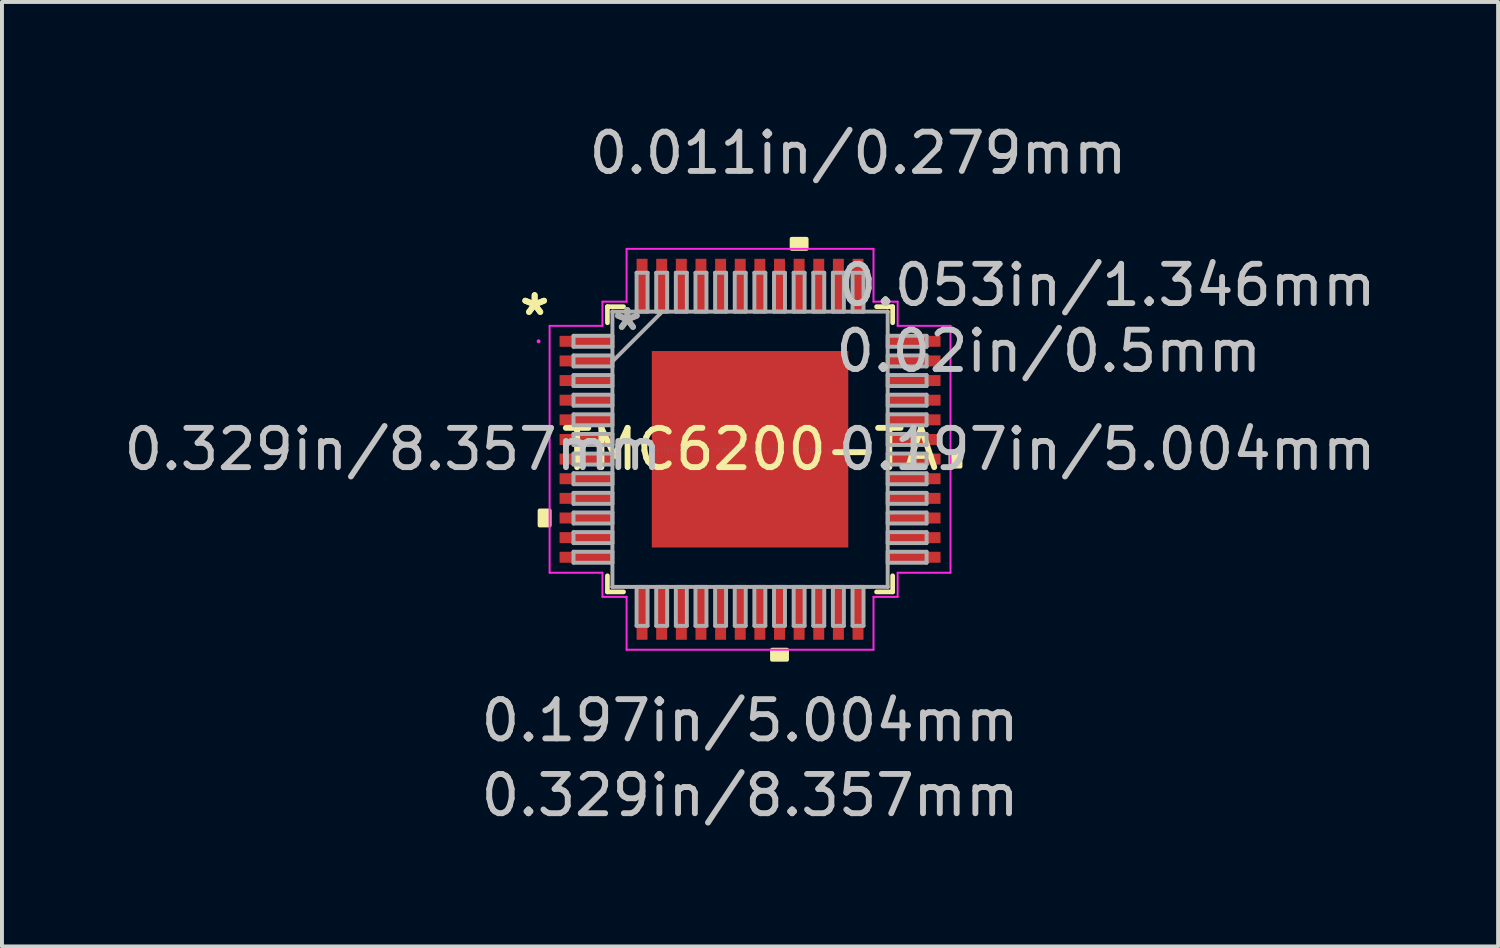
<source format=kicad_pcb>
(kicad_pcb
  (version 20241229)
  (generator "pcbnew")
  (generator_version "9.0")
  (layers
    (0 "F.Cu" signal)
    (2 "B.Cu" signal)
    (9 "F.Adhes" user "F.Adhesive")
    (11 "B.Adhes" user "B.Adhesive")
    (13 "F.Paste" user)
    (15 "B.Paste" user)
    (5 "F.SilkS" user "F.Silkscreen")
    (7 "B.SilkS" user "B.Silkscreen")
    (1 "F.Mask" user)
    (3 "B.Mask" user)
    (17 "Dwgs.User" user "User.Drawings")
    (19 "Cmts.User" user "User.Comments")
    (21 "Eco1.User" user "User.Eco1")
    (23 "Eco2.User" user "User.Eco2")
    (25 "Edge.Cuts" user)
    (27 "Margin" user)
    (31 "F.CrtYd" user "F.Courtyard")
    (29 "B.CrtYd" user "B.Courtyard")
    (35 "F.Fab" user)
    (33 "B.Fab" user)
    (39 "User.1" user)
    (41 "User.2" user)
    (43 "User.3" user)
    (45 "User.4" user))
  (footprint "TMC6200-TA"
    (layer "F.Cu")
    (at 16.052 8.392)
    (property "Reference" "TMC6200-TA" (at 0 0 0) (layer "F.SilkS") (effects (font (size 1 1) (thickness 0.15))))
    (attr through_hole)
    (fp_line (start -3.632 -3.632) (end -3.632 -3.222) (stroke (width 0.12) (type solid)) (layer "F.SilkS"))
    (fp_line (start -3.632 3.222) (end -3.632 3.632) (stroke (width 0.12) (type solid)) (layer "F.SilkS"))
    (fp_line (start -3.632 3.632) (end -3.222 3.632) (stroke (width 0.12) (type solid)) (layer "F.SilkS"))
    (fp_line (start -3.222 -3.632) (end -3.632 -3.632) (stroke (width 0.12) (type solid)) (layer "F.SilkS"))
    (fp_line (start 3.222 3.632) (end 3.632 3.632) (stroke (width 0.12) (type solid)) (layer "F.SilkS"))
    (fp_line (start 3.632 -3.632) (end 3.222 -3.632) (stroke (width 0.12) (type solid)) (layer "F.SilkS"))
    (fp_line (start 3.632 -3.222) (end 3.632 -3.632) (stroke (width 0.12) (type solid)) (layer "F.SilkS"))
    (fp_line (start 3.632 3.632) (end 3.632 3.222) (stroke (width 0.12) (type solid)) (layer "F.SilkS"))
    (fp_poly (pts (xy -5.359 1.559) (xy -5.359 1.94) (xy -5.105 1.94) (xy -5.105 1.559)) (stroke (width 0.1) (type solid)) (fill yes) (layer "F.SilkS"))
    (fp_poly (pts (xy 0.56 5.105) (xy 0.56 5.359) (xy 0.941 5.359) (xy 0.941 5.105)) (stroke (width 0.1) (type solid)) (fill yes) (layer "F.SilkS"))
    (fp_poly (pts (xy 1.06 -5.105) (xy 1.06 -5.359) (xy 1.44 -5.359) (xy 1.44 -5.105)) (stroke (width 0.1) (type solid)) (fill yes) (layer "F.SilkS"))
    (fp_poly (pts (xy 5.359 0.059) (xy 5.359 0.441) (xy 5.105 0.441) (xy 5.105 0.059)) (stroke (width 0.1) (type solid)) (fill yes) (layer "F.SilkS"))
    (fp_poly (pts (xy -2.402 -2.402) (xy -2.402 -0.934) (xy -0.934 -0.934) (xy -0.934 -2.402)) (stroke (width 0.1) (type solid)) (fill yes) (layer "F.Paste"))
    (fp_poly (pts (xy -2.402 -0.734) (xy -2.402 0.734) (xy -0.934 0.734) (xy -0.934 -0.734)) (stroke (width 0.1) (type solid)) (fill yes) (layer "F.Paste"))
    (fp_poly (pts (xy -2.402 0.934) (xy -2.402 2.402) (xy -0.934 2.402) (xy -0.934 0.934)) (stroke (width 0.1) (type solid)) (fill yes) (layer "F.Paste"))
    (fp_poly (pts (xy -0.734 -2.402) (xy -0.734 -0.934) (xy 0.734 -0.934) (xy 0.734 -2.402)) (stroke (width 0.1) (type solid)) (fill yes) (layer "F.Paste"))
    (fp_poly (pts (xy -0.734 -0.734) (xy -0.734 0.734) (xy 0.734 0.734) (xy 0.734 -0.734)) (stroke (width 0.1) (type solid)) (fill yes) (layer "F.Paste"))
    (fp_poly (pts (xy -0.734 0.934) (xy -0.734 2.402) (xy 0.734 2.402) (xy 0.734 0.934)) (stroke (width 0.1) (type solid)) (fill yes) (layer "F.Paste"))
    (fp_poly (pts (xy 0.934 -2.402) (xy 0.934 -0.934) (xy 2.402 -0.934) (xy 2.402 -2.402)) (stroke (width 0.1) (type solid)) (fill yes) (layer "F.Paste"))
    (fp_poly (pts (xy 0.934 -0.734) (xy 0.934 0.734) (xy 2.402 0.734) (xy 2.402 -0.734)) (stroke (width 0.1) (type solid)) (fill yes) (layer "F.Paste"))
    (fp_poly (pts (xy 0.934 0.934) (xy 0.934 2.402) (xy 2.402 2.402) (xy 2.402 0.934)) (stroke (width 0.1) (type solid)) (fill yes) (layer "F.Paste"))
    (fp_line (start -5.105 -3.144) (end -3.759 -3.144) (stroke (width 0.05) (type solid)) (layer "F.CrtYd"))
    (fp_line (start -5.105 3.144) (end -5.105 -3.144) (stroke (width 0.05) (type solid)) (layer "F.CrtYd"))
    (fp_line (start -3.759 -3.759) (end -3.144 -3.759) (stroke (width 0.05) (type solid)) (layer "F.CrtYd"))
    (fp_line (start -3.759 -3.144) (end -3.759 -3.759) (stroke (width 0.05) (type solid)) (layer "F.CrtYd"))
    (fp_line (start -3.759 3.144) (end -5.105 3.144) (stroke (width 0.05) (type solid)) (layer "F.CrtYd"))
    (fp_line (start -3.759 3.759) (end -3.759 3.144) (stroke (width 0.05) (type solid)) (layer "F.CrtYd"))
    (fp_line (start -3.144 -5.105) (end 3.144 -5.105) (stroke (width 0.05) (type solid)) (layer "F.CrtYd"))
    (fp_line (start -3.144 -3.759) (end -3.144 -5.105) (stroke (width 0.05) (type solid)) (layer "F.CrtYd"))
    (fp_line (start -3.144 3.759) (end -3.759 3.759) (stroke (width 0.05) (type solid)) (layer "F.CrtYd"))
    (fp_line (start -3.144 5.105) (end -3.144 3.759) (stroke (width 0.05) (type solid)) (layer "F.CrtYd"))
    (fp_line (start 3.144 -5.105) (end 3.144 -3.759) (stroke (width 0.05) (type solid)) (layer "F.CrtYd"))
    (fp_line (start 3.144 -3.759) (end 3.759 -3.759) (stroke (width 0.05) (type solid)) (layer "F.CrtYd"))
    (fp_line (start 3.144 3.759) (end 3.144 5.105) (stroke (width 0.05) (type solid)) (layer "F.CrtYd"))
    (fp_line (start 3.144 5.105) (end -3.144 5.105) (stroke (width 0.05) (type solid)) (layer "F.CrtYd"))
    (fp_line (start 3.759 -3.759) (end 3.759 -3.144) (stroke (width 0.05) (type solid)) (layer "F.CrtYd"))
    (fp_line (start 3.759 -3.144) (end 5.105 -3.144) (stroke (width 0.05) (type solid)) (layer "F.CrtYd"))
    (fp_line (start 3.759 3.144) (end 3.759 3.759) (stroke (width 0.05) (type solid)) (layer "F.CrtYd"))
    (fp_line (start 3.759 3.759) (end 3.144 3.759) (stroke (width 0.05) (type solid)) (layer "F.CrtYd"))
    (fp_line (start 5.105 -3.144) (end 5.105 3.144) (stroke (width 0.05) (type solid)) (layer "F.CrtYd"))
    (fp_line (start 5.105 3.144) (end 3.759 3.144) (stroke (width 0.05) (type solid)) (layer "F.CrtYd"))
    (fp_circle (center -5.385 -2.75) (end -5.385 -2.75) (stroke (width 0.05) (type solid)) (fill no) (layer "F.CrtYd"))
    (fp_line (start -4.496 -2.89) (end -4.496 -2.61) (stroke (width 0.1) (type solid)) (layer "F.Fab"))
    (fp_line (start -4.496 -2.61) (end -3.505 -2.61) (stroke (width 0.1) (type solid)) (layer "F.Fab"))
    (fp_line (start -4.496 -2.39) (end -4.496 -2.11) (stroke (width 0.1) (type solid)) (layer "F.Fab"))
    (fp_line (start -4.496 -2.11) (end -3.505 -2.11) (stroke (width 0.1) (type solid)) (layer "F.Fab"))
    (fp_line (start -4.496 -1.89) (end -4.496 -1.61) (stroke (width 0.1) (type solid)) (layer "F.Fab"))
    (fp_line (start -4.496 -1.61) (end -3.505 -1.61) (stroke (width 0.1) (type solid)) (layer "F.Fab"))
    (fp_line (start -4.496 -1.39) (end -4.496 -1.11) (stroke (width 0.1) (type solid)) (layer "F.Fab"))
    (fp_line (start -4.496 -1.11) (end -3.505 -1.11) (stroke (width 0.1) (type solid)) (layer "F.Fab"))
    (fp_line (start -4.496 -0.89) (end -4.496 -0.61) (stroke (width 0.1) (type solid)) (layer "F.Fab"))
    (fp_line (start -4.496 -0.61) (end -3.505 -0.61) (stroke (width 0.1) (type solid)) (layer "F.Fab"))
    (fp_line (start -4.496 -0.39) (end -4.496 -0.11) (stroke (width 0.1) (type solid)) (layer "F.Fab"))
    (fp_line (start -4.496 -0.11) (end -3.505 -0.11) (stroke (width 0.1) (type solid)) (layer "F.Fab"))
    (fp_line (start -4.496 0.11) (end -4.496 0.39) (stroke (width 0.1) (type solid)) (layer "F.Fab"))
    (fp_line (start -4.496 0.39) (end -3.505 0.39) (stroke (width 0.1) (type solid)) (layer "F.Fab"))
    (fp_line (start -4.496 0.61) (end -4.496 0.89) (stroke (width 0.1) (type solid)) (layer "F.Fab"))
    (fp_line (start -4.496 0.89) (end -3.505 0.89) (stroke (width 0.1) (type solid)) (layer "F.Fab"))
    (fp_line (start -4.496 1.11) (end -4.496 1.39) (stroke (width 0.1) (type solid)) (layer "F.Fab"))
    (fp_line (start -4.496 1.39) (end -3.505 1.39) (stroke (width 0.1) (type solid)) (layer "F.Fab"))
    (fp_line (start -4.496 1.61) (end -4.496 1.89) (stroke (width 0.1) (type solid)) (layer "F.Fab"))
    (fp_line (start -4.496 1.89) (end -3.505 1.89) (stroke (width 0.1) (type solid)) (layer "F.Fab"))
    (fp_line (start -4.496 2.11) (end -4.496 2.39) (stroke (width 0.1) (type solid)) (layer "F.Fab"))
    (fp_line (start -4.496 2.39) (end -3.505 2.39) (stroke (width 0.1) (type solid)) (layer "F.Fab"))
    (fp_line (start -4.496 2.61) (end -4.496 2.89) (stroke (width 0.1) (type solid)) (layer "F.Fab"))
    (fp_line (start -4.496 2.89) (end -3.505 2.89) (stroke (width 0.1) (type solid)) (layer "F.Fab"))
    (fp_line (start -3.505 -3.505) (end -3.505 -3.505) (stroke (width 0.1) (type solid)) (layer "F.Fab"))
    (fp_line (start -3.505 -3.505) (end -3.505 3.505) (stroke (width 0.1) (type solid)) (layer "F.Fab"))
    (fp_line (start -3.505 -2.89) (end -4.496 -2.89) (stroke (width 0.1) (type solid)) (layer "F.Fab"))
    (fp_line (start -3.505 -2.61) (end -3.505 -2.89) (stroke (width 0.1) (type solid)) (layer "F.Fab"))
    (fp_line (start -3.505 -2.39) (end -4.496 -2.39) (stroke (width 0.1) (type solid)) (layer "F.Fab"))
    (fp_line (start -3.505 -2.235) (end -2.235 -3.505) (stroke (width 0.1) (type solid)) (layer "F.Fab"))
    (fp_line (start -3.505 -2.11) (end -3.505 -2.39) (stroke (width 0.1) (type solid)) (layer "F.Fab"))
    (fp_line (start -3.505 -1.89) (end -4.496 -1.89) (stroke (width 0.1) (type solid)) (layer "F.Fab"))
    (fp_line (start -3.505 -1.61) (end -3.505 -1.89) (stroke (width 0.1) (type solid)) (layer "F.Fab"))
    (fp_line (start -3.505 -1.39) (end -4.496 -1.39) (stroke (width 0.1) (type solid)) (layer "F.Fab"))
    (fp_line (start -3.505 -1.11) (end -3.505 -1.39) (stroke (width 0.1) (type solid)) (layer "F.Fab"))
    (fp_line (start -3.505 -0.89) (end -4.496 -0.89) (stroke (width 0.1) (type solid)) (layer "F.Fab"))
    (fp_line (start -3.505 -0.61) (end -3.505 -0.89) (stroke (width 0.1) (type solid)) (layer "F.Fab"))
    (fp_line (start -3.505 -0.39) (end -4.496 -0.39) (stroke (width 0.1) (type solid)) (layer "F.Fab"))
    (fp_line (start -3.505 -0.11) (end -3.505 -0.39) (stroke (width 0.1) (type solid)) (layer "F.Fab"))
    (fp_line (start -3.505 0.11) (end -4.496 0.11) (stroke (width 0.1) (type solid)) (layer "F.Fab"))
    (fp_line (start -3.505 0.39) (end -3.505 0.11) (stroke (width 0.1) (type solid)) (layer "F.Fab"))
    (fp_line (start -3.505 0.61) (end -4.496 0.61) (stroke (width 0.1) (type solid)) (layer "F.Fab"))
    (fp_line (start -3.505 0.89) (end -3.505 0.61) (stroke (width 0.1) (type solid)) (layer "F.Fab"))
    (fp_line (start -3.505 1.11) (end -4.496 1.11) (stroke (width 0.1) (type solid)) (layer "F.Fab"))
    (fp_line (start -3.505 1.39) (end -3.505 1.11) (stroke (width 0.1) (type solid)) (layer "F.Fab"))
    (fp_line (start -3.505 1.61) (end -4.496 1.61) (stroke (width 0.1) (type solid)) (layer "F.Fab"))
    (fp_line (start -3.505 1.89) (end -3.505 1.61) (stroke (width 0.1) (type solid)) (layer "F.Fab"))
    (fp_line (start -3.505 2.11) (end -4.496 2.11) (stroke (width 0.1) (type solid)) (layer "F.Fab"))
    (fp_line (start -3.505 2.39) (end -3.505 2.11) (stroke (width 0.1) (type solid)) (layer "F.Fab"))
    (fp_line (start -3.505 2.61) (end -4.496 2.61) (stroke (width 0.1) (type solid)) (layer "F.Fab"))
    (fp_line (start -3.505 2.89) (end -3.505 2.61) (stroke (width 0.1) (type solid)) (layer "F.Fab"))
    (fp_line (start -3.505 3.505) (end -3.505 3.505) (stroke (width 0.1) (type solid)) (layer "F.Fab"))
    (fp_line (start -3.505 3.505) (end 3.505 3.505) (stroke (width 0.1) (type solid)) (layer "F.Fab"))
    (fp_line (start -2.89 -4.496) (end -2.89 -3.505) (stroke (width 0.1) (type solid)) (layer "F.Fab"))
    (fp_line (start -2.89 -3.505) (end -2.61 -3.505) (stroke (width 0.1) (type solid)) (layer "F.Fab"))
    (fp_line (start -2.89 3.505) (end -2.89 4.496) (stroke (width 0.1) (type solid)) (layer "F.Fab"))
    (fp_line (start -2.89 4.496) (end -2.61 4.496) (stroke (width 0.1) (type solid)) (layer "F.Fab"))
    (fp_line (start -2.61 -4.496) (end -2.89 -4.496) (stroke (width 0.1) (type solid)) (layer "F.Fab"))
    (fp_line (start -2.61 -3.505) (end -2.61 -4.496) (stroke (width 0.1) (type solid)) (layer "F.Fab"))
    (fp_line (start -2.61 3.505) (end -2.89 3.505) (stroke (width 0.1) (type solid)) (layer "F.Fab"))
    (fp_line (start -2.61 4.496) (end -2.61 3.505) (stroke (width 0.1) (type solid)) (layer "F.Fab"))
    (fp_line (start -2.39 -4.496) (end -2.39 -3.505) (stroke (width 0.1) (type solid)) (layer "F.Fab"))
    (fp_line (start -2.39 -3.505) (end -2.11 -3.505) (stroke (width 0.1) (type solid)) (layer "F.Fab"))
    (fp_line (start -2.39 3.505) (end -2.39 4.496) (stroke (width 0.1) (type solid)) (layer "F.Fab"))
    (fp_line (start -2.39 4.496) (end -2.11 4.496) (stroke (width 0.1) (type solid)) (layer "F.Fab"))
    (fp_line (start -2.11 -4.496) (end -2.39 -4.496) (stroke (width 0.1) (type solid)) (layer "F.Fab"))
    (fp_line (start -2.11 -3.505) (end -2.11 -4.496) (stroke (width 0.1) (type solid)) (layer "F.Fab"))
    (fp_line (start -2.11 3.505) (end -2.39 3.505) (stroke (width 0.1) (type solid)) (layer "F.Fab"))
    (fp_line (start -2.11 4.496) (end -2.11 3.505) (stroke (width 0.1) (type solid)) (layer "F.Fab"))
    (fp_line (start -1.89 -4.496) (end -1.89 -3.505) (stroke (width 0.1) (type solid)) (layer "F.Fab"))
    (fp_line (start -1.89 -3.505) (end -1.61 -3.505) (stroke (width 0.1) (type solid)) (layer "F.Fab"))
    (fp_line (start -1.89 3.505) (end -1.89 4.496) (stroke (width 0.1) (type solid)) (layer "F.Fab"))
    (fp_line (start -1.89 4.496) (end -1.61 4.496) (stroke (width 0.1) (type solid)) (layer "F.Fab"))
    (fp_line (start -1.61 -4.496) (end -1.89 -4.496) (stroke (width 0.1) (type solid)) (layer "F.Fab"))
    (fp_line (start -1.61 -3.505) (end -1.61 -4.496) (stroke (width 0.1) (type solid)) (layer "F.Fab"))
    (fp_line (start -1.61 3.505) (end -1.89 3.505) (stroke (width 0.1) (type solid)) (layer "F.Fab"))
    (fp_line (start -1.61 4.496) (end -1.61 3.505) (stroke (width 0.1) (type solid)) (layer "F.Fab"))
    (fp_line (start -1.39 -4.496) (end -1.39 -3.505) (stroke (width 0.1) (type solid)) (layer "F.Fab"))
    (fp_line (start -1.39 -3.505) (end -1.11 -3.505) (stroke (width 0.1) (type solid)) (layer "F.Fab"))
    (fp_line (start -1.39 3.505) (end -1.39 4.496) (stroke (width 0.1) (type solid)) (layer "F.Fab"))
    (fp_line (start -1.39 4.496) (end -1.11 4.496) (stroke (width 0.1) (type solid)) (layer "F.Fab"))
    (fp_line (start -1.11 -4.496) (end -1.39 -4.496) (stroke (width 0.1) (type solid)) (layer "F.Fab"))
    (fp_line (start -1.11 -3.505) (end -1.11 -4.496) (stroke (width 0.1) (type solid)) (layer "F.Fab"))
    (fp_line (start -1.11 3.505) (end -1.39 3.505) (stroke (width 0.1) (type solid)) (layer "F.Fab"))
    (fp_line (start -1.11 4.496) (end -1.11 3.505) (stroke (width 0.1) (type solid)) (layer "F.Fab"))
    (fp_line (start -0.89 -4.496) (end -0.89 -3.505) (stroke (width 0.1) (type solid)) (layer "F.Fab"))
    (fp_line (start -0.89 -3.505) (end -0.61 -3.505) (stroke (width 0.1) (type solid)) (layer "F.Fab"))
    (fp_line (start -0.89 3.505) (end -0.89 4.496) (stroke (width 0.1) (type solid)) (layer "F.Fab"))
    (fp_line (start -0.89 4.496) (end -0.61 4.496) (stroke (width 0.1) (type solid)) (layer "F.Fab"))
    (fp_line (start -0.61 -4.496) (end -0.89 -4.496) (stroke (width 0.1) (type solid)) (layer "F.Fab"))
    (fp_line (start -0.61 -3.505) (end -0.61 -4.496) (stroke (width 0.1) (type solid)) (layer "F.Fab"))
    (fp_line (start -0.61 3.505) (end -0.89 3.505) (stroke (width 0.1) (type solid)) (layer "F.Fab"))
    (fp_line (start -0.61 4.496) (end -0.61 3.505) (stroke (width 0.1) (type solid)) (layer "F.Fab"))
    (fp_line (start -0.39 -4.496) (end -0.39 -3.505) (stroke (width 0.1) (type solid)) (layer "F.Fab"))
    (fp_line (start -0.39 -3.505) (end -0.11 -3.505) (stroke (width 0.1) (type solid)) (layer "F.Fab"))
    (fp_line (start -0.39 3.505) (end -0.39 4.496) (stroke (width 0.1) (type solid)) (layer "F.Fab"))
    (fp_line (start -0.39 4.496) (end -0.11 4.496) (stroke (width 0.1) (type solid)) (layer "F.Fab"))
    (fp_line (start -0.11 -4.496) (end -0.39 -4.496) (stroke (width 0.1) (type solid)) (layer "F.Fab"))
    (fp_line (start -0.11 -3.505) (end -0.11 -4.496) (stroke (width 0.1) (type solid)) (layer "F.Fab"))
    (fp_line (start -0.11 3.505) (end -0.39 3.505) (stroke (width 0.1) (type solid)) (layer "F.Fab"))
    (fp_line (start -0.11 4.496) (end -0.11 3.505) (stroke (width 0.1) (type solid)) (layer "F.Fab"))
    (fp_line (start 0.11 -4.496) (end 0.11 -3.505) (stroke (width 0.1) (type solid)) (layer "F.Fab"))
    (fp_line (start 0.11 -3.505) (end 0.39 -3.505) (stroke (width 0.1) (type solid)) (layer "F.Fab"))
    (fp_line (start 0.11 3.505) (end 0.11 4.496) (stroke (width 0.1) (type solid)) (layer "F.Fab"))
    (fp_line (start 0.11 4.496) (end 0.39 4.496) (stroke (width 0.1) (type solid)) (layer "F.Fab"))
    (fp_line (start 0.39 -4.496) (end 0.11 -4.496) (stroke (width 0.1) (type solid)) (layer "F.Fab"))
    (fp_line (start 0.39 -3.505) (end 0.39 -4.496) (stroke (width 0.1) (type solid)) (layer "F.Fab"))
    (fp_line (start 0.39 3.505) (end 0.11 3.505) (stroke (width 0.1) (type solid)) (layer "F.Fab"))
    (fp_line (start 0.39 4.496) (end 0.39 3.505) (stroke (width 0.1) (type solid)) (layer "F.Fab"))
    (fp_line (start 0.61 -4.496) (end 0.61 -3.505) (stroke (width 0.1) (type solid)) (layer "F.Fab"))
    (fp_line (start 0.61 -3.505) (end 0.89 -3.505) (stroke (width 0.1) (type solid)) (layer "F.Fab"))
    (fp_line (start 0.61 3.505) (end 0.61 4.496) (stroke (width 0.1) (type solid)) (layer "F.Fab"))
    (fp_line (start 0.61 4.496) (end 0.89 4.496) (stroke (width 0.1) (type solid)) (layer "F.Fab"))
    (fp_line (start 0.89 -4.496) (end 0.61 -4.496) (stroke (width 0.1) (type solid)) (layer "F.Fab"))
    (fp_line (start 0.89 -3.505) (end 0.89 -4.496) (stroke (width 0.1) (type solid)) (layer "F.Fab"))
    (fp_line (start 0.89 3.505) (end 0.61 3.505) (stroke (width 0.1) (type solid)) (layer "F.Fab"))
    (fp_line (start 0.89 4.496) (end 0.89 3.505) (stroke (width 0.1) (type solid)) (layer "F.Fab"))
    (fp_line (start 1.11 -4.496) (end 1.11 -3.505) (stroke (width 0.1) (type solid)) (layer "F.Fab"))
    (fp_line (start 1.11 -3.505) (end 1.39 -3.505) (stroke (width 0.1) (type solid)) (layer "F.Fab"))
    (fp_line (start 1.11 3.505) (end 1.11 4.496) (stroke (width 0.1) (type solid)) (layer "F.Fab"))
    (fp_line (start 1.11 4.496) (end 1.39 4.496) (stroke (width 0.1) (type solid)) (layer "F.Fab"))
    (fp_line (start 1.39 -4.496) (end 1.11 -4.496) (stroke (width 0.1) (type solid)) (layer "F.Fab"))
    (fp_line (start 1.39 -3.505) (end 1.39 -4.496) (stroke (width 0.1) (type solid)) (layer "F.Fab"))
    (fp_line (start 1.39 3.505) (end 1.11 3.505) (stroke (width 0.1) (type solid)) (layer "F.Fab"))
    (fp_line (start 1.39 4.496) (end 1.39 3.505) (stroke (width 0.1) (type solid)) (layer "F.Fab"))
    (fp_line (start 1.61 -4.496) (end 1.61 -3.505) (stroke (width 0.1) (type solid)) (layer "F.Fab"))
    (fp_line (start 1.61 -3.505) (end 1.89 -3.505) (stroke (width 0.1) (type solid)) (layer "F.Fab"))
    (fp_line (start 1.61 3.505) (end 1.61 4.496) (stroke (width 0.1) (type solid)) (layer "F.Fab"))
    (fp_line (start 1.61 4.496) (end 1.89 4.496) (stroke (width 0.1) (type solid)) (layer "F.Fab"))
    (fp_line (start 1.89 -4.496) (end 1.61 -4.496) (stroke (width 0.1) (type solid)) (layer "F.Fab"))
    (fp_line (start 1.89 -3.505) (end 1.89 -4.496) (stroke (width 0.1) (type solid)) (layer "F.Fab"))
    (fp_line (start 1.89 3.505) (end 1.61 3.505) (stroke (width 0.1) (type solid)) (layer "F.Fab"))
    (fp_line (start 1.89 4.496) (end 1.89 3.505) (stroke (width 0.1) (type solid)) (layer "F.Fab"))
    (fp_line (start 2.11 -4.496) (end 2.11 -3.505) (stroke (width 0.1) (type solid)) (layer "F.Fab"))
    (fp_line (start 2.11 -3.505) (end 2.39 -3.505) (stroke (width 0.1) (type solid)) (layer "F.Fab"))
    (fp_line (start 2.11 3.505) (end 2.11 4.496) (stroke (width 0.1) (type solid)) (layer "F.Fab"))
    (fp_line (start 2.11 4.496) (end 2.39 4.496) (stroke (width 0.1) (type solid)) (layer "F.Fab"))
    (fp_line (start 2.39 -4.496) (end 2.11 -4.496) (stroke (width 0.1) (type solid)) (layer "F.Fab"))
    (fp_line (start 2.39 -3.505) (end 2.39 -4.496) (stroke (width 0.1) (type solid)) (layer "F.Fab"))
    (fp_line (start 2.39 3.505) (end 2.11 3.505) (stroke (width 0.1) (type solid)) (layer "F.Fab"))
    (fp_line (start 2.39 4.496) (end 2.39 3.505) (stroke (width 0.1) (type solid)) (layer "F.Fab"))
    (fp_line (start 2.61 -4.496) (end 2.61 -3.505) (stroke (width 0.1) (type solid)) (layer "F.Fab"))
    (fp_line (start 2.61 -3.505) (end 2.89 -3.505) (stroke (width 0.1) (type solid)) (layer "F.Fab"))
    (fp_line (start 2.61 3.505) (end 2.61 4.496) (stroke (width 0.1) (type solid)) (layer "F.Fab"))
    (fp_line (start 2.61 4.496) (end 2.89 4.496) (stroke (width 0.1) (type solid)) (layer "F.Fab"))
    (fp_line (start 2.89 -4.496) (end 2.61 -4.496) (stroke (width 0.1) (type solid)) (layer "F.Fab"))
    (fp_line (start 2.89 -3.505) (end 2.89 -4.496) (stroke (width 0.1) (type solid)) (layer "F.Fab"))
    (fp_line (start 2.89 3.505) (end 2.61 3.505) (stroke (width 0.1) (type solid)) (layer "F.Fab"))
    (fp_line (start 2.89 4.496) (end 2.89 3.505) (stroke (width 0.1) (type solid)) (layer "F.Fab"))
    (fp_line (start 3.505 -3.505) (end -3.505 -3.505) (stroke (width 0.1) (type solid)) (layer "F.Fab"))
    (fp_line (start 3.505 -3.505) (end 3.505 -3.505) (stroke (width 0.1) (type solid)) (layer "F.Fab"))
    (fp_line (start 3.505 -2.89) (end 3.505 -2.61) (stroke (width 0.1) (type solid)) (layer "F.Fab"))
    (fp_line (start 3.505 -2.61) (end 4.496 -2.61) (stroke (width 0.1) (type solid)) (layer "F.Fab"))
    (fp_line (start 3.505 -2.39) (end 3.505 -2.11) (stroke (width 0.1) (type solid)) (layer "F.Fab"))
    (fp_line (start 3.505 -2.11) (end 4.496 -2.11) (stroke (width 0.1) (type solid)) (layer "F.Fab"))
    (fp_line (start 3.505 -1.89) (end 3.505 -1.61) (stroke (width 0.1) (type solid)) (layer "F.Fab"))
    (fp_line (start 3.505 -1.61) (end 4.496 -1.61) (stroke (width 0.1) (type solid)) (layer "F.Fab"))
    (fp_line (start 3.505 -1.39) (end 3.505 -1.11) (stroke (width 0.1) (type solid)) (layer "F.Fab"))
    (fp_line (start 3.505 -1.11) (end 4.496 -1.11) (stroke (width 0.1) (type solid)) (layer "F.Fab"))
    (fp_line (start 3.505 -0.89) (end 3.505 -0.61) (stroke (width 0.1) (type solid)) (layer "F.Fab"))
    (fp_line (start 3.505 -0.61) (end 4.496 -0.61) (stroke (width 0.1) (type solid)) (layer "F.Fab"))
    (fp_line (start 3.505 -0.39) (end 3.505 -0.11) (stroke (width 0.1) (type solid)) (layer "F.Fab"))
    (fp_line (start 3.505 -0.11) (end 4.496 -0.11) (stroke (width 0.1) (type solid)) (layer "F.Fab"))
    (fp_line (start 3.505 0.11) (end 3.505 0.39) (stroke (width 0.1) (type solid)) (layer "F.Fab"))
    (fp_line (start 3.505 0.39) (end 4.496 0.39) (stroke (width 0.1) (type solid)) (layer "F.Fab"))
    (fp_line (start 3.505 0.61) (end 3.505 0.89) (stroke (width 0.1) (type solid)) (layer "F.Fab"))
    (fp_line (start 3.505 0.89) (end 4.496 0.89) (stroke (width 0.1) (type solid)) (layer "F.Fab"))
    (fp_line (start 3.505 1.11) (end 3.505 1.39) (stroke (width 0.1) (type solid)) (layer "F.Fab"))
    (fp_line (start 3.505 1.39) (end 4.496 1.39) (stroke (width 0.1) (type solid)) (layer "F.Fab"))
    (fp_line (start 3.505 1.61) (end 3.505 1.89) (stroke (width 0.1) (type solid)) (layer "F.Fab"))
    (fp_line (start 3.505 1.89) (end 4.496 1.89) (stroke (width 0.1) (type solid)) (layer "F.Fab"))
    (fp_line (start 3.505 2.11) (end 3.505 2.39) (stroke (width 0.1) (type solid)) (layer "F.Fab"))
    (fp_line (start 3.505 2.39) (end 4.496 2.39) (stroke (width 0.1) (type solid)) (layer "F.Fab"))
    (fp_line (start 3.505 2.61) (end 3.505 2.89) (stroke (width 0.1) (type solid)) (layer "F.Fab"))
    (fp_line (start 3.505 2.89) (end 4.496 2.89) (stroke (width 0.1) (type solid)) (layer "F.Fab"))
    (fp_line (start 3.505 3.505) (end 3.505 -3.505) (stroke (width 0.1) (type solid)) (layer "F.Fab"))
    (fp_line (start 3.505 3.505) (end 3.505 3.505) (stroke (width 0.1) (type solid)) (layer "F.Fab"))
    (fp_line (start 4.496 -2.89) (end 3.505 -2.89) (stroke (width 0.1) (type solid)) (layer "F.Fab"))
    (fp_line (start 4.496 -2.61) (end 4.496 -2.89) (stroke (width 0.1) (type solid)) (layer "F.Fab"))
    (fp_line (start 4.496 -2.39) (end 3.505 -2.39) (stroke (width 0.1) (type solid)) (layer "F.Fab"))
    (fp_line (start 4.496 -2.11) (end 4.496 -2.39) (stroke (width 0.1) (type solid)) (layer "F.Fab"))
    (fp_line (start 4.496 -1.89) (end 3.505 -1.89) (stroke (width 0.1) (type solid)) (layer "F.Fab"))
    (fp_line (start 4.496 -1.61) (end 4.496 -1.89) (stroke (width 0.1) (type solid)) (layer "F.Fab"))
    (fp_line (start 4.496 -1.39) (end 3.505 -1.39) (stroke (width 0.1) (type solid)) (layer "F.Fab"))
    (fp_line (start 4.496 -1.11) (end 4.496 -1.39) (stroke (width 0.1) (type solid)) (layer "F.Fab"))
    (fp_line (start 4.496 -0.89) (end 3.505 -0.89) (stroke (width 0.1) (type solid)) (layer "F.Fab"))
    (fp_line (start 4.496 -0.61) (end 4.496 -0.89) (stroke (width 0.1) (type solid)) (layer "F.Fab"))
    (fp_line (start 4.496 -0.39) (end 3.505 -0.39) (stroke (width 0.1) (type solid)) (layer "F.Fab"))
    (fp_line (start 4.496 -0.11) (end 4.496 -0.39) (stroke (width 0.1) (type solid)) (layer "F.Fab"))
    (fp_line (start 4.496 0.11) (end 3.505 0.11) (stroke (width 0.1) (type solid)) (layer "F.Fab"))
    (fp_line (start 4.496 0.39) (end 4.496 0.11) (stroke (width 0.1) (type solid)) (layer "F.Fab"))
    (fp_line (start 4.496 0.61) (end 3.505 0.61) (stroke (width 0.1) (type solid)) (layer "F.Fab"))
    (fp_line (start 4.496 0.89) (end 4.496 0.61) (stroke (width 0.1) (type solid)) (layer "F.Fab"))
    (fp_line (start 4.496 1.11) (end 3.505 1.11) (stroke (width 0.1) (type solid)) (layer "F.Fab"))
    (fp_line (start 4.496 1.39) (end 4.496 1.11) (stroke (width 0.1) (type solid)) (layer "F.Fab"))
    (fp_line (start 4.496 1.61) (end 3.505 1.61) (stroke (width 0.1) (type solid)) (layer "F.Fab"))
    (fp_line (start 4.496 1.89) (end 4.496 1.61) (stroke (width 0.1) (type solid)) (layer "F.Fab"))
    (fp_line (start 4.496 2.11) (end 3.505 2.11) (stroke (width 0.1) (type solid)) (layer "F.Fab"))
    (fp_line (start 4.496 2.39) (end 4.496 2.11) (stroke (width 0.1) (type solid)) (layer "F.Fab"))
    (fp_line (start 4.496 2.61) (end 3.505 2.61) (stroke (width 0.1) (type solid)) (layer "F.Fab"))
    (fp_line (start 4.496 2.89) (end 4.496 2.61) (stroke (width 0.1) (type solid)) (layer "F.Fab"))
    (fp_text user "*" (at -5.486 -3.381 0) (layer "F.SilkS") (effects (font (size 1 1) (thickness 0.15))))
    (fp_text user "*" (at -5.486 -3.381 0) (layer "F.SilkS") (effects (font (size 1 1) (thickness 0.15))))
    (fp_text user "0.329in/8.357mm" (at 0 8.814 0) (layer "Dwgs.User") (effects (font (size 1 1) (thickness 0.15))))
    (fp_text user "0.02in/0.5mm" (at 7.607 -2.5 0) (layer "Dwgs.User") (effects (font (size 1 1) (thickness 0.15))))
    (fp_text user "0.329in/8.357mm" (at -9.093 0 0) (layer "Dwgs.User") (effects (font (size 1 1) (thickness 0.15))))
    (fp_text user "0.053in/1.346mm" (at 9.093 -4.178 0) (layer "Dwgs.User") (effects (font (size 1 1) (thickness 0.15))))
    (fp_text user "0.197in/5.004mm" (at 0 6.909 0) (layer "Dwgs.User") (effects (font (size 1 1) (thickness 0.15))))
    (fp_text user "0.011in/0.279mm" (at 2.75 -7.544 0) (layer "Dwgs.User") (effects (font (size 1 1) (thickness 0.15))))
    (fp_text user "0.197in/5.004mm" (at 9.093 0 0) (layer "Dwgs.User") (effects (font (size 1 1) (thickness 0.15))))
    (fp_text user "Copyright 2021 Accelerated Designs. All rights reserved." (at 0 0 0) (layer "Cmts.User") (effects (font (size 0.127 0.127) (thickness 0.002))))
    (fp_text user "*" (at -3.124 -3 0) (layer "F.Fab") (effects (font (size 1 1) (thickness 0.15))))
    (fp_text user "*" (at -3.124 -3 0) (layer "F.Fab") (effects (font (size 1 1) (thickness 0.15))))
    (pad "1" smd rect (at -4.178 -2.75 90) (size 0.279 1.346) (layers "F.Cu" "F.Mask" "F.Paste"))
    (pad "2" smd rect (at -4.178 -2.25 90) (size 0.279 1.346) (layers "F.Cu" "F.Mask" "F.Paste"))
    (pad "3" smd rect (at -4.178 -1.75 90) (size 0.279 1.346) (layers "F.Cu" "F.Mask" "F.Paste"))
    (pad "4" smd rect (at -4.178 -1.25 90) (size 0.279 1.346) (layers "F.Cu" "F.Mask" "F.Paste"))
    (pad "5" smd rect (at -4.178 -0.75 90) (size 0.279 1.346) (layers "F.Cu" "F.Mask" "F.Paste"))
    (pad "6" smd rect (at -4.178 -0.25 90) (size 0.279 1.346) (layers "F.Cu" "F.Mask" "F.Paste"))
    (pad "7" smd rect (at -4.178 0.25 90) (size 0.279 1.346) (layers "F.Cu" "F.Mask" "F.Paste"))
    (pad "8" smd rect (at -4.178 0.75 90) (size 0.279 1.346) (layers "F.Cu" "F.Mask" "F.Paste"))
    (pad "9" smd rect (at -4.178 1.25 90) (size 0.279 1.346) (layers "F.Cu" "F.Mask" "F.Paste"))
    (pad "10" smd rect (at -4.178 1.75 90) (size 0.279 1.346) (layers "F.Cu" "F.Mask" "F.Paste"))
    (pad "11" smd rect (at -4.178 2.25 90) (size 0.279 1.346) (layers "F.Cu" "F.Mask" "F.Paste"))
    (pad "12" smd rect (at -4.178 2.75 90) (size 0.279 1.346) (layers "F.Cu" "F.Mask" "F.Paste"))
    (pad "13" smd rect (at -2.75 4.178) (size 0.279 1.346) (layers "F.Cu" "F.Mask" "F.Paste"))
    (pad "14" smd rect (at -2.25 4.178) (size 0.279 1.346) (layers "F.Cu" "F.Mask" "F.Paste"))
    (pad "15" smd rect (at -1.75 4.178) (size 0.279 1.346) (layers "F.Cu" "F.Mask" "F.Paste"))
    (pad "16" smd rect (at -1.25 4.178) (size 0.279 1.346) (layers "F.Cu" "F.Mask" "F.Paste"))
    (pad "17" smd rect (at -0.75 4.178) (size 0.279 1.346) (layers "F.Cu" "F.Mask" "F.Paste"))
    (pad "18" smd rect (at -0.25 4.178) (size 0.279 1.346) (layers "F.Cu" "F.Mask" "F.Paste"))
    (pad "19" smd rect (at 0.25 4.178) (size 0.279 1.346) (layers "F.Cu" "F.Mask" "F.Paste"))
    (pad "20" smd rect (at 0.75 4.178) (size 0.279 1.346) (layers "F.Cu" "F.Mask" "F.Paste"))
    (pad "21" smd rect (at 1.25 4.178) (size 0.279 1.346) (layers "F.Cu" "F.Mask" "F.Paste"))
    (pad "22" smd rect (at 1.75 4.178) (size 0.279 1.346) (layers "F.Cu" "F.Mask" "F.Paste"))
    (pad "23" smd rect (at 2.25 4.178) (size 0.279 1.346) (layers "F.Cu" "F.Mask" "F.Paste"))
    (pad "24" smd rect (at 2.75 4.178) (size 0.279 1.346) (layers "F.Cu" "F.Mask" "F.Paste"))
    (pad "25" smd rect (at 4.178 2.75 90) (size 0.279 1.346) (layers "F.Cu" "F.Mask" "F.Paste"))
    (pad "26" smd rect (at 4.178 2.25 90) (size 0.279 1.346) (layers "F.Cu" "F.Mask" "F.Paste"))
    (pad "27" smd rect (at 4.178 1.75 90) (size 0.279 1.346) (layers "F.Cu" "F.Mask" "F.Paste"))
    (pad "28" smd rect (at 4.178 1.25 90) (size 0.279 1.346) (layers "F.Cu" "F.Mask" "F.Paste"))
    (pad "29" smd rect (at 4.178 0.75 90) (size 0.279 1.346) (layers "F.Cu" "F.Mask" "F.Paste"))
    (pad "30" smd rect (at 4.178 0.25 90) (size 0.279 1.346) (layers "F.Cu" "F.Mask" "F.Paste"))
    (pad "31" smd rect (at 4.178 -0.25 90) (size 0.279 1.346) (layers "F.Cu" "F.Mask" "F.Paste"))
    (pad "32" smd rect (at 4.178 -0.75 90) (size 0.279 1.346) (layers "F.Cu" "F.Mask" "F.Paste"))
    (pad "33" smd rect (at 4.178 -1.25 90) (size 0.279 1.346) (layers "F.Cu" "F.Mask" "F.Paste"))
    (pad "34" smd rect (at 4.178 -1.75 90) (size 0.279 1.346) (layers "F.Cu" "F.Mask" "F.Paste"))
    (pad "35" smd rect (at 4.178 -2.25 90) (size 0.279 1.346) (layers "F.Cu" "F.Mask" "F.Paste"))
    (pad "36" smd rect (at 4.178 -2.75 90) (size 0.279 1.346) (layers "F.Cu" "F.Mask" "F.Paste"))
    (pad "37" smd rect (at 2.75 -4.178) (size 0.279 1.346) (layers "F.Cu" "F.Mask" "F.Paste"))
    (pad "38" smd rect (at 2.25 -4.178) (size 0.279 1.346) (layers "F.Cu" "F.Mask" "F.Paste"))
    (pad "39" smd rect (at 1.75 -4.178) (size 0.279 1.346) (layers "F.Cu" "F.Mask" "F.Paste"))
    (pad "40" smd rect (at 1.25 -4.178) (size 0.279 1.346) (layers "F.Cu" "F.Mask" "F.Paste"))
    (pad "41" smd rect (at 0.75 -4.178) (size 0.279 1.346) (layers "F.Cu" "F.Mask" "F.Paste"))
    (pad "42" smd rect (at 0.25 -4.178) (size 0.279 1.346) (layers "F.Cu" "F.Mask" "F.Paste"))
    (pad "43" smd rect (at -0.25 -4.178) (size 0.279 1.346) (layers "F.Cu" "F.Mask" "F.Paste"))
    (pad "44" smd rect (at -0.75 -4.178) (size 0.279 1.346) (layers "F.Cu" "F.Mask" "F.Paste"))
    (pad "45" smd rect (at -1.25 -4.178) (size 0.279 1.346) (layers "F.Cu" "F.Mask" "F.Paste"))
    (pad "46" smd rect (at -1.75 -4.178) (size 0.279 1.346) (layers "F.Cu" "F.Mask" "F.Paste"))
    (pad "47" smd rect (at -2.25 -4.178) (size 0.279 1.346) (layers "F.Cu" "F.Mask" "F.Paste"))
    (pad "48" smd rect (at -2.75 -4.178) (size 0.279 1.346) (layers "F.Cu" "F.Mask" "F.Paste"))
    (pad "EPAD" smd rect (at 0 0) (size 5.004 5.004) (layers "F.Cu" "F.Mask")))
  (gr_rect
    (start -3 -3)
    (end 35.103 21.054)
    (stroke (width 0.1) (type default))
    (fill no)
    (layer "Edge.Cuts")))
</source>
